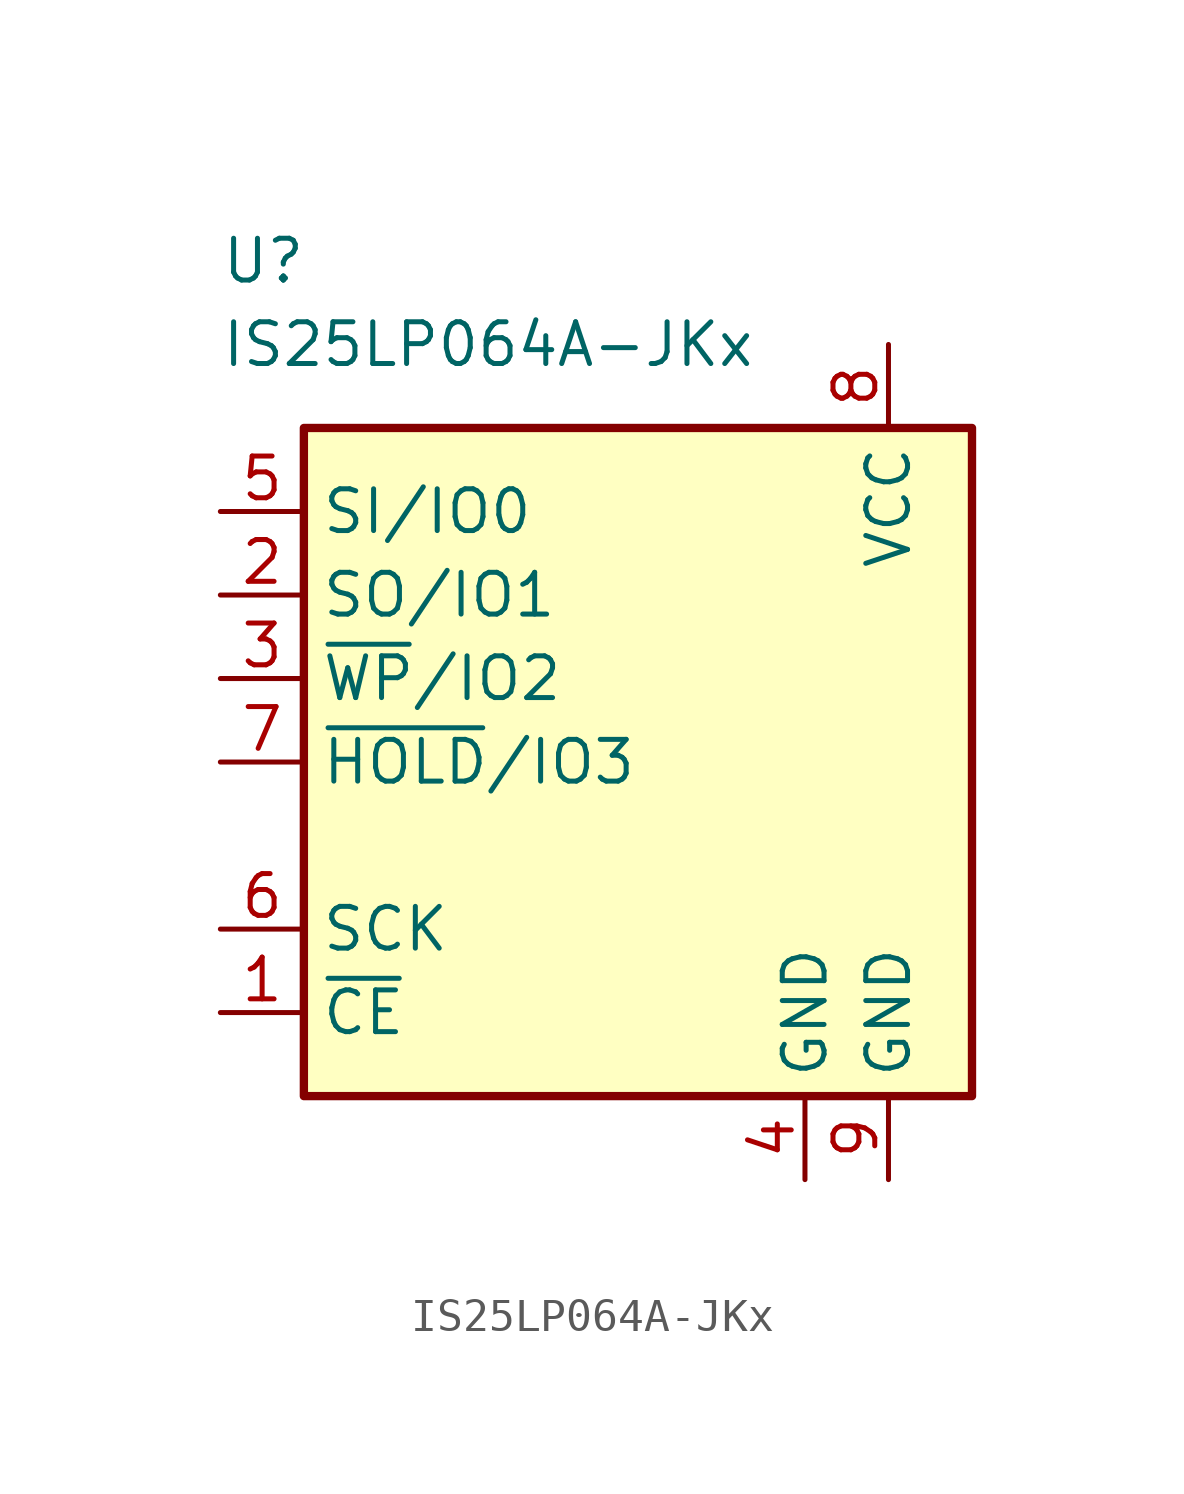
<source format=kicad_sym>
(kicad_symbol_lib
  (version 20201005)
  (generator kicad_symbol_editor)
  (symbol "KLIB_Memory_Flash:IS25LP064A-JKx"
    (property "Reference" "U"
      (at -12.7 15.24 0)
      (effects (font (size 1.27 1.27)) (justify left)))
    (property "Value" "IS25LP064A-JKx"
      (at -12.7 12.7 0)
      (effects (font (size 1.27 1.27)) (justify left)))
    (symbol "IS25LP064A-JKx_0_1"
      (rectangle (start -10.16 10.16) (end 10.16 -10.16) (stroke (width 0.254)) (fill (type background))))
    (symbol "IS25LP064A-JKx_1_1"
      (pin input line (at -12.7 -7.62 0) (length 2.54) (name "~CE" (effects (font (size 1.27 1.27)))) (number "1" (effects (font (size 1.27 1.27)))))
      (pin bidirectional line (at -12.7 5.08 0) (length 2.54) (name "SO/IO1" (effects (font (size 1.27 1.27)))) (number "2" (effects (font (size 1.27 1.27)))))
      (pin bidirectional line (at -12.7 2.54 0) (length 2.54) (name "~WP~/IO2" (effects (font (size 1.27 1.27)))) (number "3" (effects (font (size 1.27 1.27)))))
      (pin power_in line (at 5.08 -12.7 90) (length 2.54) (name "GND" (effects (font (size 1.27 1.27)))) (number "4" (effects (font (size 1.27 1.27)))))
      (pin bidirectional line (at -12.7 7.62 0) (length 2.54) (name "SI/IO0" (effects (font (size 1.27 1.27)))) (number "5" (effects (font (size 1.27 1.27)))))
      (pin input line (at -12.7 -5.08 0) (length 2.54) (name "SCK" (effects (font (size 1.27 1.27)))) (number "6" (effects (font (size 1.27 1.27)))))
      (pin bidirectional line (at -12.7 0 0) (length 2.54) (name "~HOLD~/IO3" (effects (font (size 1.27 1.27)))) (number "7" (effects (font (size 1.27 1.27)))))
      (pin power_in line (at 7.62 12.7 270) (length 2.54) (name "VCC" (effects (font (size 1.27 1.27)))) (number "8" (effects (font (size 1.27 1.27)))))
      (pin power_in line (at 7.62 -12.7 90) (length 2.54) (name "GND" (effects (font (size 1.27 1.27)))) (number "9" (effects (font (size 1.27 1.27))))))))
</source>
